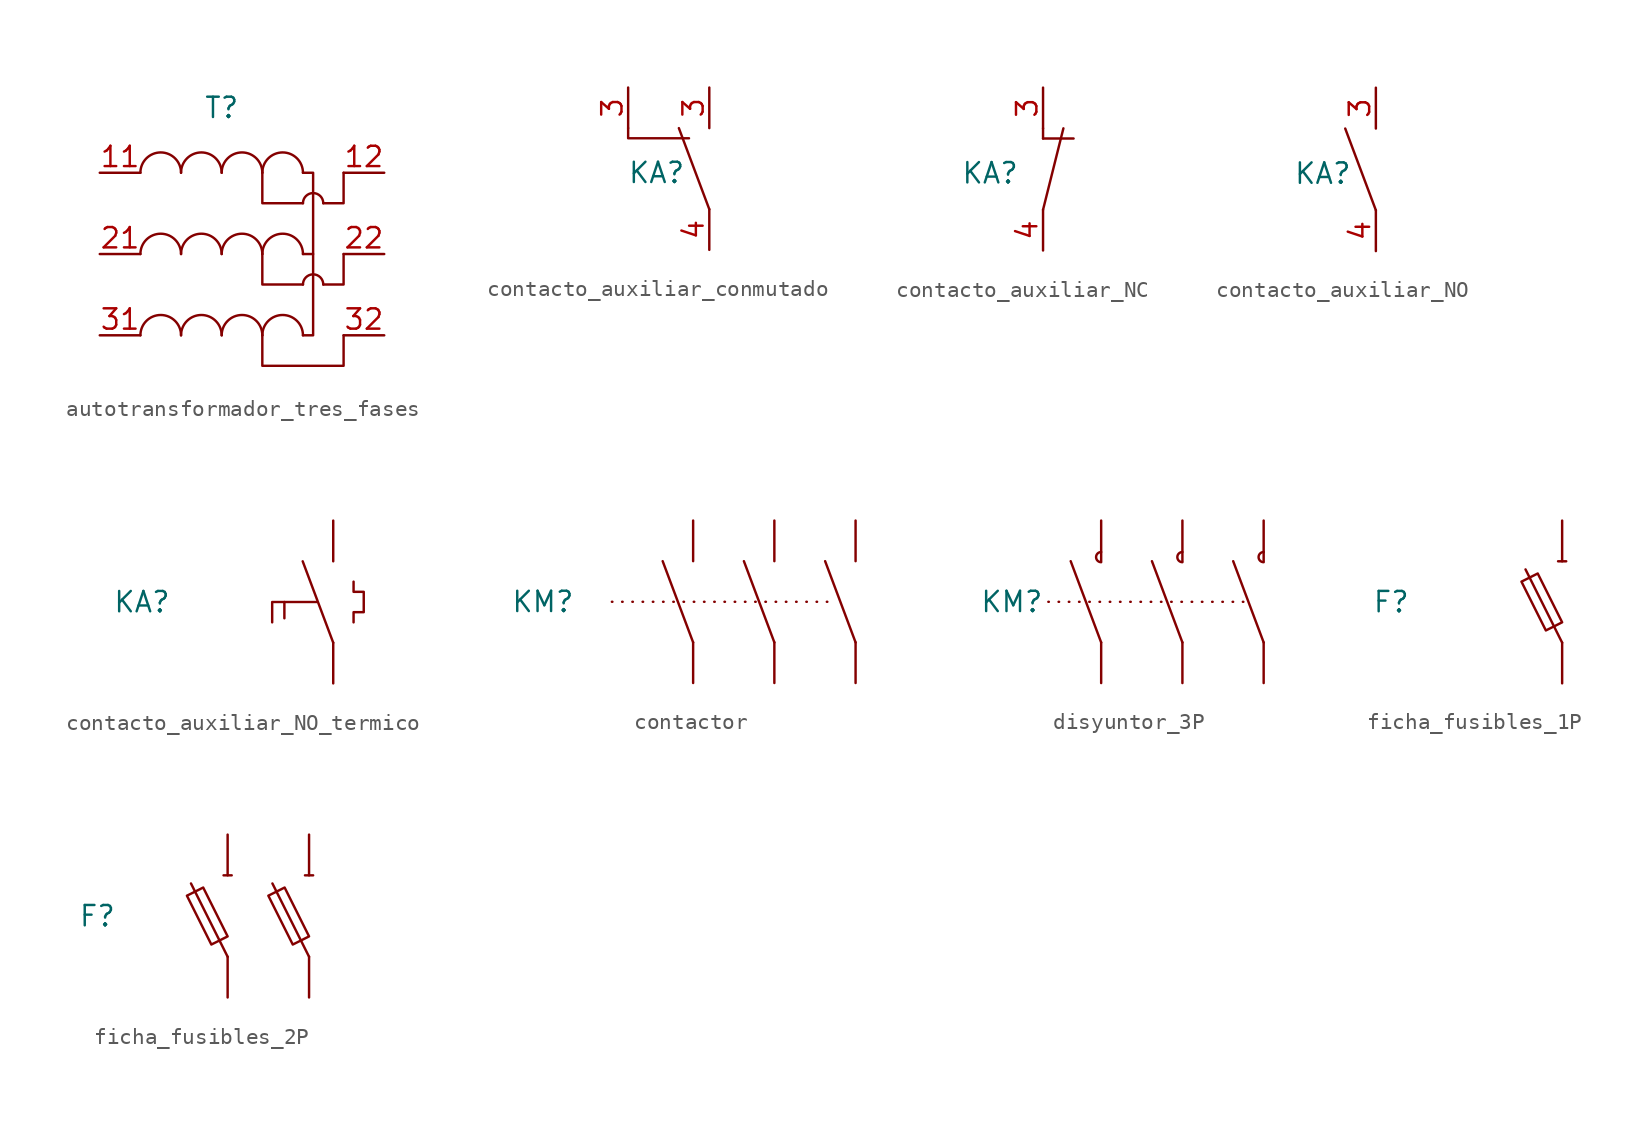
<source format=kicad_sym>
(kicad_symbol_lib
  (version 20241209)
  (generator "kicad_symbol_editor")
  (generator_version "9.0")
  (symbol "autotransformador_tres_fases"
    (property "Reference" "T"
      (at -1.27 9.144 0)
      (effects (font (size 1.27 1.27))))
    (property "Value" ""
      (at 0 0 0)
      (effects (font (size 1.27 1.27))))
    (symbol "autotransformador_tres_fases_0_1"
      (arc (start -6.35 5.08) (mid -5.08 6.35) (end -3.81 5.08) (stroke (width 0) (type default)) (fill (type none)))
      (arc (start -6.35 0) (mid -5.08 1.27) (end -3.81 0) (stroke (width 0) (type default)) (fill (type none)))
      (arc (start -6.35 -5.08) (mid -5.08 -3.81) (end -3.81 -5.08) (stroke (width 0) (type default)) (fill (type none)))
      (arc (start -3.81 5.08) (mid -2.54 6.35) (end -1.27 5.08) (stroke (width 0) (type default)) (fill (type none)))
      (arc (start -3.81 0) (mid -2.54 1.27) (end -1.27 0) (stroke (width 0) (type default)) (fill (type none)))
      (arc (start -3.81 -5.08) (mid -2.54 -3.81) (end -1.27 -5.08) (stroke (width 0) (type default)) (fill (type none)))
      (arc (start -1.27 5.08) (mid 0 6.35) (end 1.27 5.08) (stroke (width 0) (type default)) (fill (type none)))
      (arc (start -1.27 0) (mid 0 1.27) (end 1.27 0) (stroke (width 0) (type default)) (fill (type none)))
      (arc (start -1.27 -5.08) (mid 0 -3.81) (end 1.27 -5.08) (stroke (width 0) (type default)) (fill (type none)))
      (polyline (pts (xy 1.27 5.08) (xy 1.27 3.175) (xy 3.81 3.175)) (stroke (width 0) (type default)) (fill (type none)))
      (polyline (pts (xy 1.27 0) (xy 1.27 -1.905) (xy 3.81 -1.905)) (stroke (width 0) (type default)) (fill (type none)))
      (polyline (pts (xy 1.27 -5.08) (xy 1.27 -6.985) (xy 6.35 -6.985) (xy 6.35 -5.08)) (stroke (width 0) (type default)) (fill (type none)))
      (arc (start 1.27 5.08) (mid 2.54 6.35) (end 3.81 5.08) (stroke (width 0) (type default)) (fill (type none)))
      (arc (start 1.27 0) (mid 2.54 1.27) (end 3.81 0) (stroke (width 0) (type default)) (fill (type none)))
      (arc (start 1.27 -5.08) (mid 2.54 -3.81) (end 3.81 -5.08) (stroke (width 0) (type default)) (fill (type none)))
      (polyline (pts (xy 3.81 5.08) (xy 4.445 5.08) (xy 4.445 -5.08) (xy 3.81 -5.08)) (stroke (width 0) (type default)) (fill (type none)))
      (polyline (pts (xy 3.81 0) (xy 4.445 0)) (stroke (width 0) (type default)) (fill (type none)))
      (arc (start 3.81 3.175) (mid 4.445 3.81) (end 5.08 3.175) (stroke (width 0) (type default)) (fill (type none)))
      (arc (start 3.81 -1.905) (mid 4.445 -1.27) (end 5.08 -1.905) (stroke (width 0) (type default)) (fill (type none)))
      (polyline (pts (xy 5.08 3.175) (xy 6.35 3.175) (xy 6.35 5.08)) (stroke (width 0) (type default)) (fill (type none)))
      (polyline (pts (xy 5.08 -1.905) (xy 6.35 -1.905) (xy 6.35 0)) (stroke (width 0) (type default)) (fill (type none))))
    (symbol "autotransformador_tres_fases_1_1"
      (pin input line (at -8.89 5.08 0) (length 2.54) (name "" (effects (font (size 1.27 1.27)))) (number "11" (effects (font (size 1.27 1.27)))))
      (pin input line (at -8.89 0 0) (length 2.54) (name "" (effects (font (size 1.27 1.27)))) (number "21" (effects (font (size 1.27 1.27)))))
      (pin input line (at -8.89 -5.08 0) (length 2.54) (name "" (effects (font (size 1.27 1.27)))) (number "31" (effects (font (size 1.27 1.27)))))
      (pin output line (at 8.89 5.08 180) (length 2.54) (name "" (effects (font (size 1.27 1.27)))) (number "12" (effects (font (size 1.27 1.27)))))
      (pin output line (at 8.89 0 180) (length 2.54) (name "" (effects (font (size 1.27 1.27)))) (number "22" (effects (font (size 1.27 1.27)))))
      (pin output line (at 8.89 -5.08 180) (length 2.54) (name "" (effects (font (size 1.27 1.27)))) (number "32" (effects (font (size 1.27 1.27)))))))
  (symbol "contacto_auxiliar_conmutado"
    (property "Reference" "KA"
      (at -3.302 -0.254 0)
      (effects (font (size 1.27 1.27))))
    (property "Value" ""
      (at 0 0 0)
      (effects (font (size 1.27 1.27))))
    (symbol "contacto_auxiliar_conmutado_0_1"
      (polyline (pts (xy 0 -2.54) (xy -1.905 2.54)) (stroke (width 0) (type default)) (fill (type none))))
    (symbol "contacto_auxiliar_conmutado_1_1"
      (polyline (pts (xy -5.08 2.54) (xy -5.08 1.905) (xy -1.27 1.905)) (stroke (width 0) (type default)) (fill (type none)))
      (pin input line (at -5.08 5.08 270) (length 2.54) (name "" (effects (font (size 1.27 1.27)))) (number "3" (effects (font (size 1.27 1.27)))))
      (pin input line (at 0 5.08 270) (length 2.54) (name "" (effects (font (size 1.27 1.27)))) (number "3" (effects (font (size 1.27 1.27)))))
      (pin output line (at 0 -5.08 90) (length 2.54) (name "" (effects (font (size 1.27 1.27)))) (number "4" (effects (font (size 1.27 1.27)))))))
  (symbol "contacto_auxiliar_NC"
    (property "Reference" "KA"
      (at -3.302 -0.254 0)
      (effects (font (size 1.27 1.27))))
    (property "Value" ""
      (at 0 0 0)
      (effects (font (size 1.27 1.27))))
    (symbol "contacto_auxiliar_NC_0_1"
      (polyline (pts (xy 0 1.905) (xy 0 2.54)) (stroke (width 0) (type default)) (fill (type none)))
      (polyline (pts (xy 0 -2.54) (xy 1.27 2.54)) (stroke (width 0) (type default)) (fill (type none)))
      (polyline (pts (xy 1.905 1.905) (xy 0 1.905)) (stroke (width 0) (type default)) (fill (type none))))
    (symbol "contacto_auxiliar_NC_1_1"
      (pin input line (at 0 5.08 270) (length 2.54) (name "" (effects (font (size 1.27 1.27)))) (number "3" (effects (font (size 1.27 1.27)))))
      (pin output line (at 0 -5.08 90) (length 2.54) (name "" (effects (font (size 1.27 1.27)))) (number "4" (effects (font (size 1.27 1.27)))))))
  (symbol "contacto_auxiliar_NO"
    (property "Reference" "KA"
      (at -3.302 -0.254 0)
      (effects (font (size 1.27 1.27))))
    (property "Value" ""
      (at 0 0 0)
      (effects (font (size 1.27 1.27))))
    (symbol "contacto_auxiliar_NO_0_1"
      (polyline (pts (xy 0 -2.54) (xy -1.905 2.54)) (stroke (width 0) (type default)) (fill (type none))))
    (symbol "contacto_auxiliar_NO_1_1"
      (pin input line (at 0 5.08 270) (length 2.54) (name "" (effects (font (size 1.27 1.27)))) (number "3" (effects (font (size 1.27 1.27)))))
      (pin output line (at 0 -5.08 90) (length 2.54) (name "" (effects (font (size 1.27 1.27)))) (number "4" (effects (font (size 1.27 1.27)))))))
  (symbol "contacto_auxiliar_NO_termico"
    (property "Reference" "KA"
      (at -11.938 0 0)
      (effects (font (size 1.27 1.27))))
    (property "Value" ""
      (at 0 0 0)
      (effects (font (size 1.27 1.27))))
    (symbol "contacto_auxiliar_NO_termico_0_1"
      (polyline (pts (xy -3.048 0) (xy -3.048 -1.016)) (stroke (width 0) (type default)) (fill (type none)))
      (polyline (pts (xy -1.016 0) (xy -3.81 0) (xy -3.81 -1.27)) (stroke (width 0) (type default)) (fill (type none)))
      (polyline (pts (xy 0 -2.54) (xy -1.905 2.54)) (stroke (width 0) (type default)) (fill (type none)))
      (polyline (pts (xy 1.27 1.27) (xy 1.27 0.635) (xy 1.905 0.635) (xy 1.905 -0.635) (xy 1.27 -0.635) (xy 1.27 -1.27)) (stroke (width 0) (type default)) (fill (type none))))
    (symbol "contacto_auxiliar_NO_termico_1_1"
      (pin input line (at 0 5.08 270) (length 2.54) (name "" (effects (font (size 1.27 1.27)))) (number "" (effects (font (size 1.27 1.27)))))
      (pin output line (at 0 -5.08 90) (length 2.54) (name "" (effects (font (size 1.27 1.27)))) (number "" (effects (font (size 1.27 1.27)))))))
  (symbol "contactor"
    (property "Reference" "KM"
      (at -14.478 0 0)
      (effects (font (size 1.27 1.27))))
    (property "Value" ""
      (at 0 0 0)
      (effects (font (size 1.27 1.27))))
    (symbol "contactor_0_1"
      (polyline (pts (xy -5.08 -2.54) (xy -6.985 2.54)) (stroke (width 0) (type default)) (fill (type none)))
      (polyline (pts (xy 0 -2.54) (xy -1.905 2.54)) (stroke (width 0) (type default)) (fill (type none)))
      (polyline (pts (xy 5.08 -2.54) (xy 3.175 2.54)) (stroke (width 0) (type default)) (fill (type none))))
    (symbol "contactor_1_1"
      (polyline (pts (xy -10.16 0) (xy 3.81 0)) (stroke (width 0) (type dot)) (fill (type none)))
      (pin input line (at -5.08 5.08 270) (length 2.54) (name "" (effects (font (size 1.27 1.27)))) (number "" (effects (font (size 1.27 1.27)))))
      (pin output line (at -5.08 -5.08 90) (length 2.54) (name "" (effects (font (size 1.27 1.27)))) (number "" (effects (font (size 1.27 1.27)))))
      (pin input line (at 0 5.08 270) (length 2.54) (name "" (effects (font (size 1.27 1.27)))) (number "" (effects (font (size 1.27 1.27)))))
      (pin output line (at 0 -5.08 90) (length 2.54) (name "" (effects (font (size 1.27 1.27)))) (number "" (effects (font (size 1.27 1.27)))))
      (pin input line (at 5.08 5.08 270) (length 2.54) (name "" (effects (font (size 1.27 1.27)))) (number "" (effects (font (size 1.27 1.27)))))
      (pin output line (at 5.08 -5.08 90) (length 2.54) (name "" (effects (font (size 1.27 1.27)))) (number "" (effects (font (size 1.27 1.27)))))))
  (symbol "disyuntor_3P"
    (property "Reference" "KM"
      (at -10.668 0 0)
      (effects (font (size 1.27 1.27))))
    (property "Value" ""
      (at 0 0 0)
      (effects (font (size 1.27 1.27))))
    (symbol "disyuntor_3P_0_1"
      (arc (start -5.08 2.4765) (mid -5.3975 2.794) (end -5.08 3.1115) (stroke (width 0) (type default)) (fill (type none)))
      (polyline (pts (xy -5.08 -2.54) (xy -6.985 2.54)) (stroke (width 0) (type default)) (fill (type none)))
      (arc (start 0 2.4765) (mid -0.3175 2.794) (end 0 3.1115) (stroke (width 0) (type default)) (fill (type none)))
      (polyline (pts (xy 0 -2.54) (xy -1.905 2.54)) (stroke (width 0) (type default)) (fill (type none)))
      (arc (start 5.08 2.4765) (mid 4.7625 2.794) (end 5.08 3.1115) (stroke (width 0) (type default)) (fill (type none)))
      (polyline (pts (xy 5.08 -2.54) (xy 3.175 2.54)) (stroke (width 0) (type default)) (fill (type none))))
    (symbol "disyuntor_3P_1_1"
      (polyline (pts (xy -8.382 0) (xy 3.81 0)) (stroke (width 0) (type dot)) (fill (type none)))
      (pin input line (at -5.08 5.08 270) (length 2.54) (name "" (effects (font (size 1.27 1.27)))) (number "" (effects (font (size 1.27 1.27)))))
      (pin output line (at -5.08 -5.08 90) (length 2.54) (name "" (effects (font (size 1.27 1.27)))) (number "" (effects (font (size 1.27 1.27)))))
      (pin input line (at 0 5.08 270) (length 2.54) (name "" (effects (font (size 1.27 1.27)))) (number "" (effects (font (size 1.27 1.27)))))
      (pin output line (at 0 -5.08 90) (length 2.54) (name "" (effects (font (size 1.27 1.27)))) (number "" (effects (font (size 1.27 1.27)))))
      (pin input line (at 5.08 5.08 270) (length 2.54) (name "" (effects (font (size 1.27 1.27)))) (number "" (effects (font (size 1.27 1.27)))))
      (pin output line (at 5.08 -5.08 90) (length 2.54) (name "" (effects (font (size 1.27 1.27)))) (number "" (effects (font (size 1.27 1.27)))))))
  (symbol "ficha_fusibles_1P"
    (property "Reference" "F"
      (at -10.668 0 0)
      (effects (font (size 1.27 1.27))))
    (property "Value" ""
      (at 0 0 0)
      (effects (font (size 1.27 1.27))))
    (symbol "ficha_fusibles_1P_0_1"
      (polyline (pts (xy -2.54 1.27) (xy -1.524 1.778) (xy 0 -1.27) (xy -1.016 -1.778) (xy -2.54 1.27)) (stroke (width 0) (type default)) (fill (type none)))
      (polyline (pts (xy -0.254 2.54) (xy 0.254 2.54)) (stroke (width 0) (type default)) (fill (type none)))
      (polyline (pts (xy 0 -2.54) (xy -2.286 2.032)) (stroke (width 0) (type default)) (fill (type none))))
    (symbol "ficha_fusibles_1P_1_1"
      (pin input line (at 0 5.08 270) (length 2.54) (name "" (effects (font (size 1.27 1.27)))) (number "" (effects (font (size 1.27 1.27)))))
      (pin output line (at 0 -5.08 90) (length 2.54) (name "" (effects (font (size 1.27 1.27)))) (number "" (effects (font (size 1.27 1.27)))))))
  (symbol "ficha_fusibles_2P"
    (property "Reference" "F"
      (at -10.668 0 0)
      (effects (font (size 1.27 1.27))))
    (property "Value" ""
      (at 0 0 0)
      (effects (font (size 1.27 1.27))))
    (symbol "ficha_fusibles_2P_0_1"
      (polyline (pts (xy -5.08 1.27) (xy -4.064 1.778) (xy -2.54 -1.27) (xy -3.556 -1.778) (xy -5.08 1.27)) (stroke (width 0) (type default)) (fill (type none)))
      (polyline (pts (xy -2.794 2.54) (xy -2.286 2.54)) (stroke (width 0) (type default)) (fill (type none)))
      (polyline (pts (xy -2.54 -2.54) (xy -4.826 2.032)) (stroke (width 0) (type default)) (fill (type none)))
      (polyline (pts (xy 0 1.27) (xy 1.016 1.778) (xy 2.54 -1.27) (xy 1.524 -1.778) (xy 0 1.27)) (stroke (width 0) (type default)) (fill (type none)))
      (polyline (pts (xy 2.286 2.54) (xy 2.794 2.54)) (stroke (width 0) (type default)) (fill (type none)))
      (polyline (pts (xy 2.54 -2.54) (xy 0.254 2.032)) (stroke (width 0) (type default)) (fill (type none))))
    (symbol "ficha_fusibles_2P_1_1"
      (pin input line (at -2.54 5.08 270) (length 2.54) (name "" (effects (font (size 1.27 1.27)))) (number "" (effects (font (size 1.27 1.27)))))
      (pin output line (at -2.54 -5.08 90) (length 2.54) (name "" (effects (font (size 1.27 1.27)))) (number "" (effects (font (size 1.27 1.27)))))
      (pin input line (at 2.54 5.08 270) (length 2.54) (name "" (effects (font (size 1.27 1.27)))) (number "" (effects (font (size 1.27 1.27)))))
      (pin output line (at 2.54 -5.08 90) (length 2.54) (name "" (effects (font (size 1.27 1.27)))) (number "" (effects (font (size 1.27 1.27))))))))
</source>
